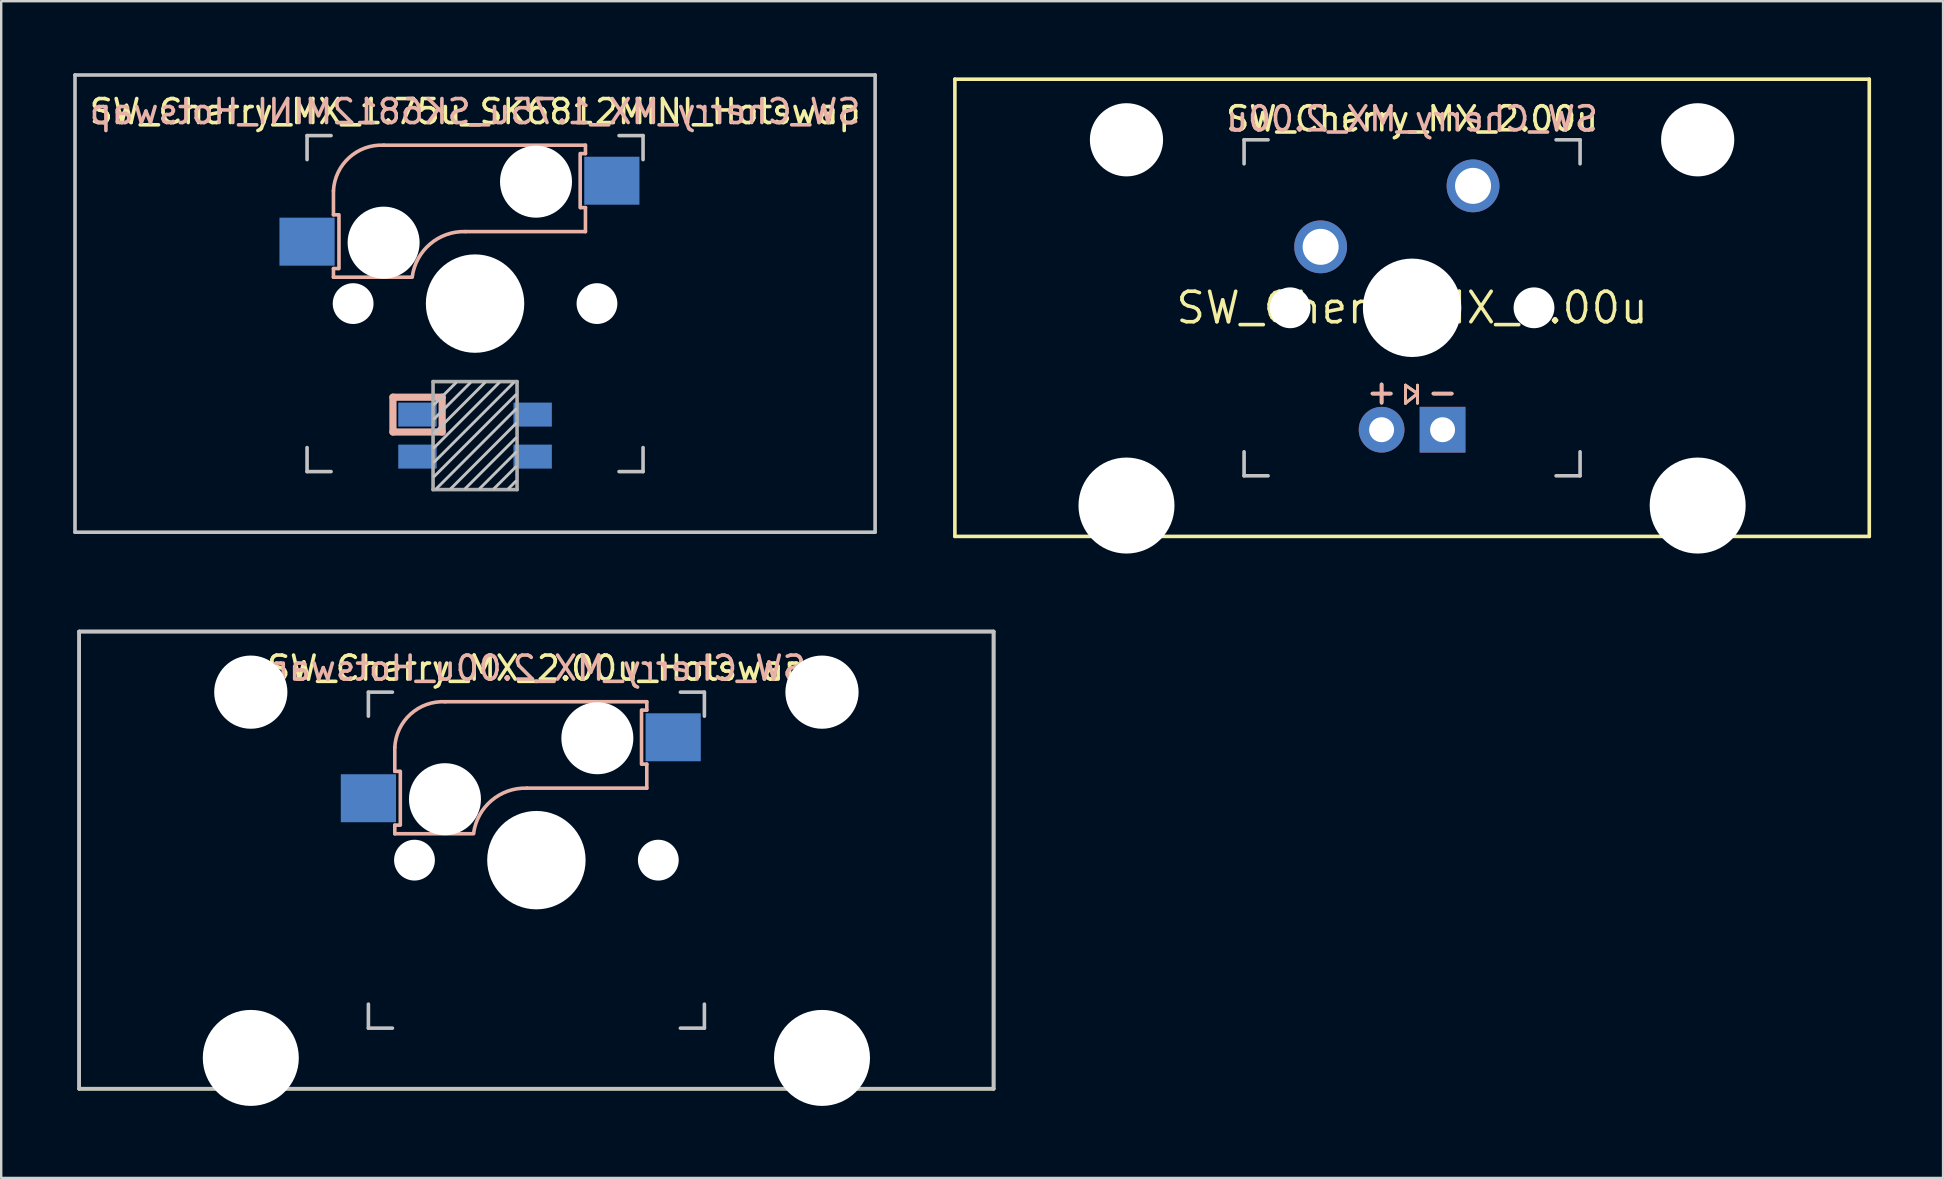
<source format=kicad_pcb>
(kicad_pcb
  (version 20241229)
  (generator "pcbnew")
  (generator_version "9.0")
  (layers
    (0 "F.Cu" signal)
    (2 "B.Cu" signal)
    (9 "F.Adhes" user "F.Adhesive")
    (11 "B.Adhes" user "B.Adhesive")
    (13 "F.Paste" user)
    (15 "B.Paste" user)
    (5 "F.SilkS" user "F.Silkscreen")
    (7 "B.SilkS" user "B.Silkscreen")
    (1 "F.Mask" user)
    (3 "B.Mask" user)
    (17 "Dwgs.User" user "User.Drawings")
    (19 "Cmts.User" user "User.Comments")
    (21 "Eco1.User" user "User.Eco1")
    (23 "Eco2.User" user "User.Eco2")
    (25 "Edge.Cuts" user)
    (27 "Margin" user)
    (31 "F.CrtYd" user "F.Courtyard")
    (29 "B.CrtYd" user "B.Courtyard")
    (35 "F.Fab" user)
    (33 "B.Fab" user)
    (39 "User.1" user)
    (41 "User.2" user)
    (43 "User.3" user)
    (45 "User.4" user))
  (footprint "SW_Cherry_MX_2.00u_Hotswap"
    (layer "F.Cu")
    (at 0.25 23.265)
    (property "Reference" "SW_Cherry_MX_2.00u_Hotswap" (at 19.05 1.525 0) (unlocked yes) (layer "F.SilkS") (effects (font (size 1 1) (thickness 0.15))))
    (attr through_hole)
    (fp_line (start 0 0) (end 38.1 0) (stroke (width 0.15) (type solid)) (layer "F.SilkS"))
    (fp_line (start 0 19.05) (end 0 0) (stroke (width 0.15) (type solid)) (layer "F.SilkS"))
    (fp_line (start 38.1 0) (end 38.1 19.05) (stroke (width 0.15) (type solid)) (layer "F.SilkS"))
    (fp_line (start 38.1 19.05) (end 0 19.05) (stroke (width 0.15) (type solid)) (layer "F.SilkS"))
    (fp_line (start 13.15 4.825) (end 13.15 5.825) (stroke (width 0.15) (type solid)) (layer "B.SilkS"))
    (fp_line (start 13.15 5.825) (end 13.35 5.825) (stroke (width 0.15) (type solid)) (layer "B.SilkS"))
    (fp_line (start 13.15 8.425) (end 13.15 8.065) (stroke (width 0.15) (type solid)) (layer "B.SilkS"))
    (fp_line (start 13.15 8.425) (end 16.43 8.425) (stroke (width 0.15) (type solid)) (layer "B.SilkS"))
    (fp_line (start 13.35 8.065) (end 13.15 8.065) (stroke (width 0.15) (type solid)) (layer "B.SilkS"))
    (fp_line (start 13.38 5.825) (end 13.38 8.065) (stroke (width 0.15) (type solid)) (layer "B.SilkS"))
    (fp_line (start 18.65 6.525) (end 23.65 6.525) (stroke (width 0.15) (type solid)) (layer "B.SilkS"))
    (fp_line (start 23.43 5.525) (end 23.43 3.275) (stroke (width 0.15) (type solid)) (layer "B.SilkS"))
    (fp_line (start 23.45 3.275) (end 23.65 3.275) (stroke (width 0.15) (type solid)) (layer "B.SilkS"))
    (fp_line (start 23.65 2.925) (end 15.25 2.925) (stroke (width 0.15) (type solid)) (layer "B.SilkS"))
    (fp_line (start 23.65 3.275) (end 23.65 2.925) (stroke (width 0.15) (type solid)) (layer "B.SilkS"))
    (fp_line (start 23.65 5.525) (end 23.45 5.525) (stroke (width 0.15) (type solid)) (layer "B.SilkS"))
    (fp_line (start 23.65 6.525) (end 23.65 5.525) (stroke (width 0.15) (type solid)) (layer "B.SilkS"))
    (fp_arc (start 13.15 4.825001) (mid 13.806496 3.440076) (end 15.249999 2.925) (stroke (width 0.15) (type solid)) (layer "B.SilkS"))
    (fp_arc (start 16.433682 8.403529) (mid 17.181291 7.038882) (end 18.65 6.525) (stroke (width 0.15) (type solid)) (layer "B.SilkS"))
    (fp_line (start 0 0) (end 38.1 0) (stroke (width 0.15) (type solid)) (layer "Dwgs.User"))
    (fp_line (start 0 19.05) (end 0 0) (stroke (width 0.15) (type solid)) (layer "Dwgs.User"))
    (fp_line (start 12.05 2.525) (end 13.05 2.525) (stroke (width 0.15) (type solid)) (layer "Dwgs.User"))
    (fp_line (start 12.05 3.525) (end 12.05 2.525) (stroke (width 0.15) (type solid)) (layer "Dwgs.User"))
    (fp_line (start 12.05 15.525) (end 12.05 16.525) (stroke (width 0.15) (type solid)) (layer "Dwgs.User"))
    (fp_line (start 12.05 16.525) (end 13.05 16.525) (stroke (width 0.15) (type solid)) (layer "Dwgs.User"))
    (fp_line (start 25.05 16.525) (end 26.05 16.525) (stroke (width 0.15) (type solid)) (layer "Dwgs.User"))
    (fp_line (start 26.05 2.525) (end 25.05 2.525) (stroke (width 0.15) (type solid)) (layer "Dwgs.User"))
    (fp_line (start 26.05 2.525) (end 26.05 3.525) (stroke (width 0.15) (type solid)) (layer "Dwgs.User"))
    (fp_line (start 26.05 16.525) (end 26.05 15.525) (stroke (width 0.15) (type solid)) (layer "Dwgs.User"))
    (fp_line (start 38.1 0) (end 38.1 19.05) (stroke (width 0.15) (type solid)) (layer "Dwgs.User"))
    (fp_line (start 38.1 19.05) (end 0 19.05) (stroke (width 0.15) (type solid)) (layer "Dwgs.User"))
    (fp_line (start 2.92 17.297) (end 2.921 3.835) (stroke (width 0.05) (type solid)) (layer "Eco1.User"))
    (fp_line (start 2.921 3.835) (end 12 3.84) (stroke (width 0.05) (type solid)) (layer "Eco1.User"))
    (fp_line (start 9.398 16.129) (end 9.398 17.297) (stroke (width 0.05) (type solid)) (layer "Eco1.User"))
    (fp_line (start 9.398 17.297) (end 2.92 17.297) (stroke (width 0.05) (type solid)) (layer "Eco1.User"))
    (fp_line (start 12 2.47) (end 12 3.84) (stroke (width 0.05) (type solid)) (layer "Eco1.User"))
    (fp_line (start 12 2.47) (end 26.1 2.47) (stroke (width 0.05) (type solid)) (layer "Eco1.User"))
    (fp_line (start 12 16.13) (end 9.398 16.129) (stroke (width 0.05) (type solid)) (layer "Eco1.User"))
    (fp_line (start 12 16.13) (end 12 16.57) (stroke (width 0.05) (type solid)) (layer "Eco1.User"))
    (fp_line (start 26.035 16.51) (end 26.035 16.129) (stroke (width 0.05) (type solid)) (layer "Eco1.User"))
    (fp_line (start 26.1 2.47) (end 26.1 3.84) (stroke (width 0.05) (type solid)) (layer "Eco1.User"))
    (fp_line (start 26.1 16.13) (end 26.1 16.57) (stroke (width 0.05) (type solid)) (layer "Eco1.User"))
    (fp_line (start 26.1 16.13) (end 28.702 16.129) (stroke (width 0.05) (type solid)) (layer "Eco1.User"))
    (fp_line (start 26.1 16.57) (end 12 16.57) (stroke (width 0.05) (type solid)) (layer "Eco1.User"))
    (fp_line (start 28.702 17.297) (end 28.702 16.129) (stroke (width 0.05) (type solid)) (layer "Eco1.User"))
    (fp_line (start 28.702 17.297) (end 35.18 17.297) (stroke (width 0.05) (type solid)) (layer "Eco1.User"))
    (fp_line (start 35.179 3.835) (end 26.1 3.84) (stroke (width 0.05) (type solid)) (layer "Eco1.User"))
    (fp_line (start 35.18 17.297) (end 35.179 3.835) (stroke (width 0.05) (type solid)) (layer "Eco1.User"))
    (fp_text user "${REFERENCE}" (at 19.05 1.525 0) (layer "B.SilkS") (effects (font (size 1 1) (thickness 0.15)) (justify mirror)))
    (pad "" np_thru_hole circle (at 7.15 2.525) (size 3.05 3.05) (drill 3.05) (layers "*.Cu" "*.Mask"))
    (pad "" np_thru_hole circle (at 7.15 17.765) (size 4 4) (drill 4) (layers "*.Cu" "*.Mask"))
    (pad "" np_thru_hole circle (at 13.97 9.525) (size 1.7 1.7) (drill 1.7) (layers "*.Cu" "*.Mask"))
    (pad "" np_thru_hole circle (at 15.24 6.985 180) (size 3 3) (drill 3) (layers "*.Cu" "*.Mask"))
    (pad "" np_thru_hole circle (at 19.05 9.525 90) (size 4.1 4.1) (drill 4.1) (layers "*.Cu" "*.Mask"))
    (pad "" np_thru_hole circle (at 21.59 4.445 180) (size 3 3) (drill 3) (layers "*.Cu" "*.Mask"))
    (pad "" np_thru_hole circle (at 24.13 9.525) (size 1.7 1.7) (drill 1.7) (layers "*.Cu" "*.Mask"))
    (pad "" np_thru_hole circle (at 30.95 2.525) (size 3.05 3.05) (drill 3.05) (layers "*.Cu" "*.Mask"))
    (pad "" np_thru_hole circle (at 30.95 17.765) (size 4 4) (drill 4) (layers "*.Cu" "*.Mask"))
    (pad "1" smd rect (at 12.05 6.945 180) (size 2.3 2) (layers "B.Cu" "B.Mask" "B.Paste"))
    (pad "2" smd rect (at 24.75 4.405 180) (size 2.3 2) (layers "B.Cu" "B.Mask" "B.Paste")))
  (footprint "SW_Cherry_MX_1.75u_SK6812MINI_Hotswap"
    (layer "F.Cu")
    (at 16.744 9.6)
    (property "Reference" "SW_Cherry_MX_1.75u_SK6812MINI_Hotswap" (at 0 -8 0) (unlocked yes) (layer "F.SilkS") (effects (font (size 1 1) (thickness 0.15))))
    (attr through_hole)
    (fp_line (start -5.9 -4.7) (end -5.9 -3.7) (stroke (width 0.15) (type solid)) (layer "B.SilkS"))
    (fp_line (start -5.9 -3.7) (end -5.7 -3.7) (stroke (width 0.15) (type solid)) (layer "B.SilkS"))
    (fp_line (start -5.9 -1.1) (end -5.9 -1.46) (stroke (width 0.15) (type solid)) (layer "B.SilkS"))
    (fp_line (start -5.9 -1.1) (end -2.62 -1.1) (stroke (width 0.15) (type solid)) (layer "B.SilkS"))
    (fp_line (start -5.7 -1.46) (end -5.9 -1.46) (stroke (width 0.15) (type solid)) (layer "B.SilkS"))
    (fp_line (start -5.67 -3.7) (end -5.67 -1.46) (stroke (width 0.15) (type solid)) (layer "B.SilkS"))
    (fp_line (start -3.421 3.9) (end -1.371 3.9) (stroke (width 0.3) (type solid)) (layer "B.SilkS"))
    (fp_line (start -3.421 5.35) (end -3.421 3.9) (stroke (width 0.3) (type solid)) (layer "B.SilkS"))
    (fp_line (start -1.371 3.9) (end -1.371 5.35) (stroke (width 0.3) (type solid)) (layer "B.SilkS"))
    (fp_line (start -1.371 5.35) (end -3.421 5.35) (stroke (width 0.3) (type solid)) (layer "B.SilkS"))
    (fp_line (start -0.4 -3) (end 4.6 -3) (stroke (width 0.15) (type solid)) (layer "B.SilkS"))
    (fp_line (start 4.38 -4) (end 4.38 -6.25) (stroke (width 0.15) (type solid)) (layer "B.SilkS"))
    (fp_line (start 4.4 -6.25) (end 4.6 -6.25) (stroke (width 0.15) (type solid)) (layer "B.SilkS"))
    (fp_line (start 4.6 -6.6) (end -3.8 -6.6) (stroke (width 0.15) (type solid)) (layer "B.SilkS"))
    (fp_line (start 4.6 -6.25) (end 4.6 -6.6) (stroke (width 0.15) (type solid)) (layer "B.SilkS"))
    (fp_line (start 4.6 -4) (end 4.4 -4) (stroke (width 0.15) (type solid)) (layer "B.SilkS"))
    (fp_line (start 4.6 -3) (end 4.6 -4) (stroke (width 0.15) (type solid)) (layer "B.SilkS"))
    (fp_arc (start -5.9 -4.699999) (mid -5.243504 -6.084924) (end -3.800001 -6.6) (stroke (width 0.15) (type solid)) (layer "B.SilkS"))
    (fp_arc (start -2.616318 -1.121471) (mid -1.868709 -2.486118) (end -0.4 -3) (stroke (width 0.15) (type solid)) (layer "B.SilkS"))
    (fp_line (start -16.669 -9.525) (end 16.669 -9.525) (stroke (width 0.15) (type solid)) (layer "Dwgs.User"))
    (fp_line (start -16.669 9.525) (end -16.669 -9.525) (stroke (width 0.15) (type solid)) (layer "Dwgs.User"))
    (fp_line (start -7 -7) (end -6 -7) (stroke (width 0.15) (type solid)) (layer "Dwgs.User"))
    (fp_line (start -7 -6) (end -7 -7) (stroke (width 0.15) (type solid)) (layer "Dwgs.User"))
    (fp_line (start -7 6) (end -7 7) (stroke (width 0.15) (type solid)) (layer "Dwgs.User"))
    (fp_line (start -7 7) (end -6 7) (stroke (width 0.15) (type solid)) (layer "Dwgs.User"))
    (fp_line (start -0.8 3.3) (end -1.7 4.2) (stroke (width 0.12) (type solid)) (layer "Dwgs.User"))
    (fp_line (start -0.2 3.3) (end -1.7 4.8) (stroke (width 0.12) (type solid)) (layer "Dwgs.User"))
    (fp_line (start 0.4 3.3) (end -1.7 5.4) (stroke (width 0.12) (type solid)) (layer "Dwgs.User"))
    (fp_line (start 1 3.3) (end -1.7 6) (stroke (width 0.12) (type solid)) (layer "Dwgs.User"))
    (fp_line (start 1.6 3.3) (end -1.7 6.6) (stroke (width 0.12) (type solid)) (layer "Dwgs.User"))
    (fp_line (start 1.7 3.8) (end -1.7 7.2) (stroke (width 0.12) (type solid)) (layer "Dwgs.User"))
    (fp_line (start 1.7 4.4) (end -1.6 7.7) (stroke (width 0.12) (type solid)) (layer "Dwgs.User"))
    (fp_line (start 1.7 5) (end -1 7.7) (stroke (width 0.12) (type solid)) (layer "Dwgs.User"))
    (fp_line (start 1.7 5.6) (end -0.4 7.7) (stroke (width 0.12) (type solid)) (layer "Dwgs.User"))
    (fp_line (start 1.7 6.2) (end 0.2 7.7) (stroke (width 0.12) (type solid)) (layer "Dwgs.User"))
    (fp_line (start 1.7 6.8) (end 0.8 7.7) (stroke (width 0.12) (type solid)) (layer "Dwgs.User"))
    (fp_line (start 1.7 7.4) (end 1.4 7.7) (stroke (width 0.12) (type solid)) (layer "Dwgs.User"))
    (fp_line (start 6 7) (end 7 7) (stroke (width 0.15) (type solid)) (layer "Dwgs.User"))
    (fp_line (start 7 -7) (end 6 -7) (stroke (width 0.15) (type solid)) (layer "Dwgs.User"))
    (fp_line (start 7 -7) (end 7 -6) (stroke (width 0.15) (type solid)) (layer "Dwgs.User"))
    (fp_line (start 7 7) (end 7 6) (stroke (width 0.15) (type solid)) (layer "Dwgs.User"))
    (fp_line (start 16.669 -9.525) (end 16.669 9.525) (stroke (width 0.15) (type solid)) (layer "Dwgs.User"))
    (fp_line (start 16.669 9.525) (end -16.669 9.525) (stroke (width 0.15) (type solid)) (layer "Dwgs.User"))
    (fp_line (start -7.05 -7.05) (end 7.05 -7.05) (stroke (width 0.05) (type solid)) (layer "Eco1.User"))
    (fp_line (start -7.05 7.05) (end -7.05 -7.05) (stroke (width 0.05) (type solid)) (layer "Eco1.User"))
    (fp_line (start 7.05 -7.05) (end 7.05 7.05) (stroke (width 0.05) (type solid)) (layer "Eco1.User"))
    (fp_line (start 7.05 7.05) (end -7.05 7.05) (stroke (width 0.05) (type solid)) (layer "Eco1.User"))
    (fp_line (start -1.75 3.25) (end -1.75 7.75) (stroke (width 0.15) (type solid)) (layer "F.Fab"))
    (fp_line (start -1.75 3.25) (end 1.75 3.25) (stroke (width 0.15) (type solid)) (layer "F.Fab"))
    (fp_line (start 1.75 3.25) (end 1.75 7.75) (stroke (width 0.15) (type solid)) (layer "F.Fab"))
    (fp_line (start 1.75 7.75) (end -1.75 7.75) (stroke (width 0.15) (type solid)) (layer "F.Fab"))
    (fp_text user "${REFERENCE}" (at 0 -8 0) (layer "B.SilkS") (effects (font (size 1 1) (thickness 0.15)) (justify mirror)))
    (pad "" np_thru_hole circle (at -5.08 0) (size 1.7 1.7) (drill 1.7) (layers "*.Cu" "*.Mask"))
    (pad "" np_thru_hole circle (at -3.81 -2.54 180) (size 3 3) (drill 3) (layers "*.Cu" "*.Mask"))
    (pad "" np_thru_hole circle (at 0 0 90) (size 4.1 4.1) (drill 4.1) (layers "*.Cu" "*.Mask"))
    (pad "" np_thru_hole circle (at 2.54 -5.08 180) (size 3 3) (drill 3) (layers "*.Cu" "*.Mask"))
    (pad "" np_thru_hole circle (at 5.08 0) (size 1.7 1.7) (drill 1.7) (layers "*.Cu" "*.Mask"))
    (pad "1" smd rect (at -7 -2.58 180) (size 2.3 2) (layers "B.Cu" "B.Mask" "B.Paste"))
    (pad "2" smd rect (at 5.7 -5.12 180) (size 2.3 2) (layers "B.Cu" "B.Mask" "B.Paste"))
    (pad "3" smd rect (at -2.4 4.625) (size 1.6 1) (layers "B.Cu" "B.Mask" "B.Paste"))
    (pad "4" smd rect (at -2.4 6.375) (size 1.6 1) (layers "B.Cu" "B.Mask" "B.Paste"))
    (pad "5" smd rect (at 2.4 6.375) (size 1.6 1) (layers "B.Cu" "B.Mask" "B.Paste"))
    (pad "6" smd rect (at 2.4 4.625) (size 1.6 1) (layers "B.Cu" "B.Mask" "B.Paste")))
  (footprint "SW_Cherry_MX_2.00u"
    (layer "F.Cu")
    (at 36.737 0.25)
    (property "Reference" "SW_Cherry_MX_2.00u" (at 19.05 9.525 0) (layer "F.SilkS") (effects (font (size 1.27 1.27) (thickness 0.15))))
    (attr through_hole)
    (fp_line (start 0 0) (end 38.1 0) (stroke (width 0.15) (type solid)) (layer "F.SilkS"))
    (fp_line (start 0 19.05) (end 0 0) (stroke (width 0.15) (type solid)) (layer "F.SilkS"))
    (fp_line (start 18.775 12.75) (end 18.775 13.5) (stroke (width 0.12) (type solid)) (layer "F.SilkS"))
    (fp_line (start 18.775 13.5) (end 19.275 13.1) (stroke (width 0.12) (type solid)) (layer "F.SilkS"))
    (fp_line (start 19.275 12.75) (end 19.275 13.5) (stroke (width 0.12) (type solid)) (layer "F.SilkS"))
    (fp_line (start 19.275 13.1) (end 18.775 12.75) (stroke (width 0.12) (type solid)) (layer "F.SilkS"))
    (fp_line (start 38.1 0) (end 38.1 19.05) (stroke (width 0.15) (type solid)) (layer "F.SilkS"))
    (fp_line (start 38.1 19.05) (end 0 19.05) (stroke (width 0.15) (type solid)) (layer "F.SilkS"))
    (fp_line (start 18.775 12.75) (end 18.775 13.5) (stroke (width 0.12) (type solid)) (layer "B.SilkS"))
    (fp_line (start 18.775 13.5) (end 19.275 13.1) (stroke (width 0.12) (type solid)) (layer "B.SilkS"))
    (fp_line (start 19.275 12.75) (end 19.275 13.5) (stroke (width 0.12) (type solid)) (layer "B.SilkS"))
    (fp_line (start 19.275 13.1) (end 18.775 12.75) (stroke (width 0.12) (type solid)) (layer "B.SilkS"))
    (fp_line (start 12.05 2.525) (end 13.05 2.525) (stroke (width 0.15) (type solid)) (layer "Dwgs.User"))
    (fp_line (start 12.05 3.525) (end 12.05 2.525) (stroke (width 0.15) (type solid)) (layer "Dwgs.User"))
    (fp_line (start 12.05 15.525) (end 12.05 16.525) (stroke (width 0.15) (type solid)) (layer "Dwgs.User"))
    (fp_line (start 12.05 16.525) (end 13.05 16.525) (stroke (width 0.15) (type solid)) (layer "Dwgs.User"))
    (fp_line (start 25.05 16.525) (end 26.05 16.525) (stroke (width 0.15) (type solid)) (layer "Dwgs.User"))
    (fp_line (start 26.05 2.525) (end 25.05 2.525) (stroke (width 0.15) (type solid)) (layer "Dwgs.User"))
    (fp_line (start 26.05 2.525) (end 26.05 3.525) (stroke (width 0.15) (type solid)) (layer "Dwgs.User"))
    (fp_line (start 26.05 16.525) (end 26.05 15.525) (stroke (width 0.15) (type solid)) (layer "Dwgs.User"))
    (fp_line (start 3.55 3.475) (end 12 3.475) (stroke (width 0.05) (type solid)) (layer "Eco1.User"))
    (fp_line (start 3.55 18.575) (end 3.55 3.475) (stroke (width 0.05) (type solid)) (layer "Eco1.User"))
    (fp_line (start 10.55 16.575) (end 10.55 18.575) (stroke (width 0.05) (type solid)) (layer "Eco1.User"))
    (fp_line (start 10.55 18.575) (end 3.55 18.575) (stroke (width 0.05) (type solid)) (layer "Eco1.User"))
    (fp_line (start 12 2.475) (end 12 3.475) (stroke (width 0.05) (type solid)) (layer "Eco1.User"))
    (fp_line (start 12 2.475) (end 26.1 2.475) (stroke (width 0.05) (type solid)) (layer "Eco1.User"))
    (fp_line (start 19.05 16.575) (end 10.55 16.575) (stroke (width 0.05) (type solid)) (layer "Eco1.User"))
    (fp_line (start 19.05 16.575) (end 27.55 16.575) (stroke (width 0.05) (type default)) (layer "Eco1.User"))
    (fp_line (start 26.1 2.475) (end 26.1 3.475) (stroke (width 0.05) (type solid)) (layer "Eco1.User"))
    (fp_line (start 26.1 3.475) (end 34.55 3.475) (stroke (width 0.05) (type solid)) (layer "Eco1.User"))
    (fp_line (start 27.55 18.575) (end 27.55 16.575) (stroke (width 0.05) (type solid)) (layer "Eco1.User"))
    (fp_line (start 27.55 18.575) (end 34.55 18.575) (stroke (width 0.05) (type solid)) (layer "Eco1.User"))
    (fp_line (start 34.55 18.575) (end 34.55 3.475) (stroke (width 0.05) (type solid)) (layer "Eco1.User"))
    (fp_text user "-" (at 20.32 13.025 0) (layer "F.SilkS") (effects (font (size 1 1) (thickness 0.15))))
    (fp_text user "+" (at 17.78 13.025 0) (layer "F.SilkS") (effects (font (size 1 1) (thickness 0.15))))
    (fp_text user "${REFERENCE}" (at 19.05 1.651 0) (layer "F.SilkS") (effects (font (size 1 1) (thickness 0.15))))
    (fp_text user "${REFERENCE}" (at 19.05 1.651 0) (layer "B.SilkS") (effects (font (size 1 1) (thickness 0.15)) (justify mirror)))
    (fp_text user "+" (at 17.78 13.025 0) (layer "B.SilkS") (effects (font (size 1 1) (thickness 0.15))))
    (fp_text user "-" (at 20.32 13.025 0) (layer "B.SilkS") (effects (font (size 1 1) (thickness 0.15))))
    (pad "" np_thru_hole circle (at 7.15 2.525) (size 3.05 3.05) (drill 3.05) (layers "*.Cu" "*.Mask"))
    (pad "" np_thru_hole circle (at 7.15 17.765) (size 4 4) (drill 4) (layers "*.Cu" "*.Mask"))
    (pad "" np_thru_hole circle (at 13.97 9.525) (size 1.7 1.7) (drill 1.7) (layers "*.Cu" "*.Mask"))
    (pad "" np_thru_hole circle (at 19.05 9.525 90) (size 4.1 4.1) (drill 4.1) (layers "*.Cu" "*.Mask"))
    (pad "" np_thru_hole circle (at 24.13 9.525) (size 1.7 1.7) (drill 1.7) (layers "*.Cu" "*.Mask"))
    (pad "" np_thru_hole circle (at 30.95 2.525) (size 3.05 3.05) (drill 3.05) (layers "*.Cu" "*.Mask"))
    (pad "" np_thru_hole circle (at 30.95 17.765) (size 4 4) (drill 4) (layers "*.Cu" "*.Mask"))
    (pad "1" thru_hole circle (at 21.59 4.445) (size 2.2 2.2) (drill 1.5) (layers "*.Cu" "*.Mask"))
    (pad "2" thru_hole circle (at 15.24 6.985) (size 2.2 2.2) (drill 1.5) (layers "*.Cu" "*.Mask"))
    (pad "3" thru_hole circle (at 17.78 14.605) (size 1.905 1.905) (drill 1.04) (layers "*.Cu" "*.Mask"))
    (pad "4" thru_hole rect (at 20.32 14.605) (size 1.905 1.905) (drill 1.04) (layers "*.Cu" "*.Mask")))
  (gr_rect
    (start -3 -3)
    (end 77.912 46.03)
    (stroke (width 0.1) (type default))
    (fill no)
    (layer "Edge.Cuts")))
</source>
